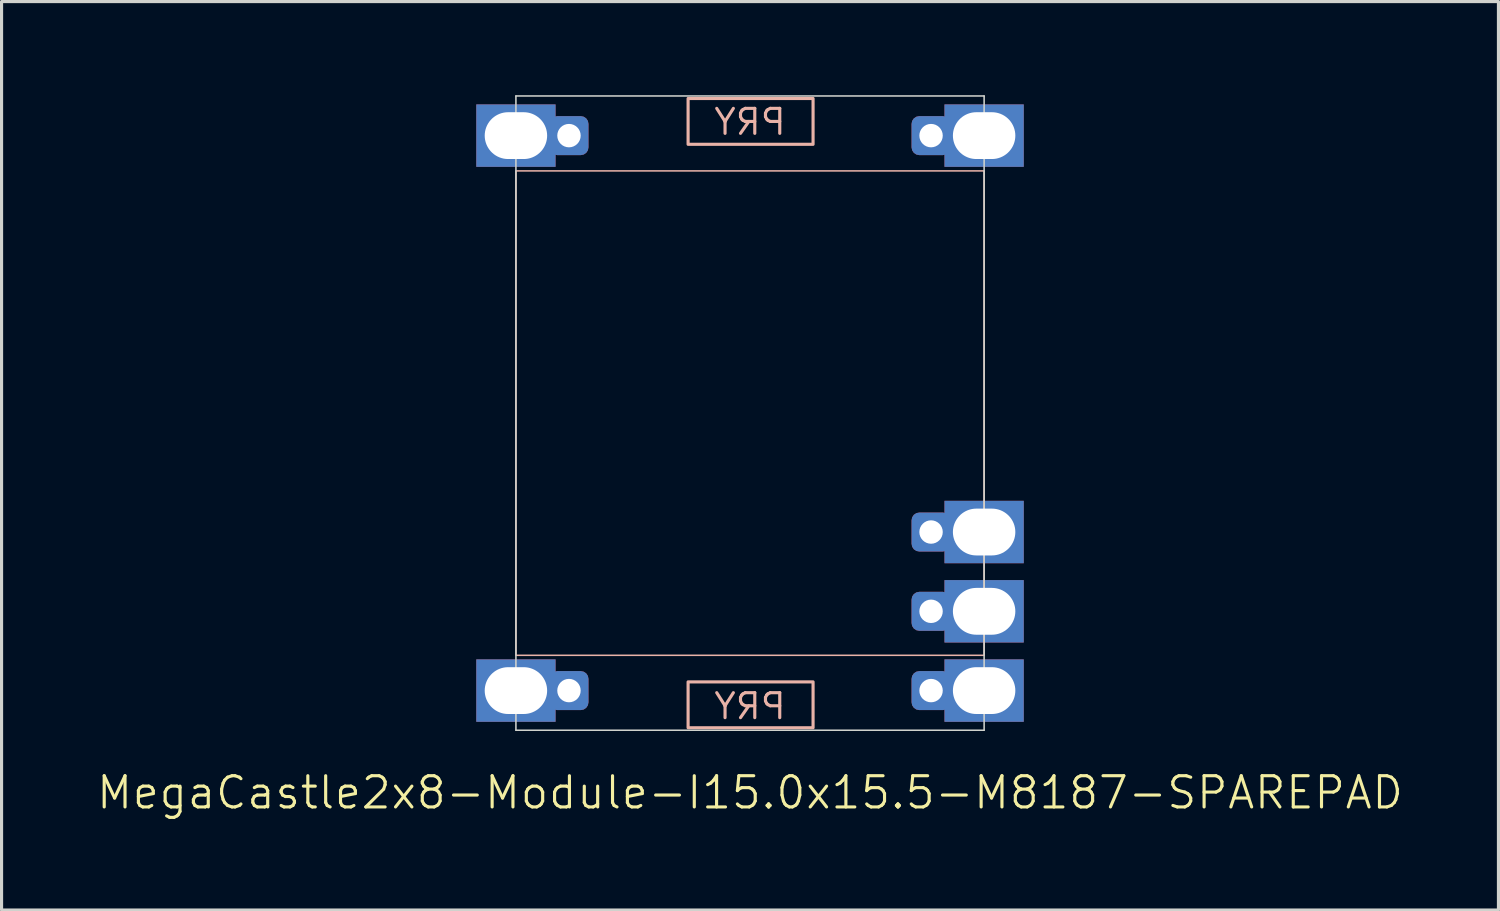
<source format=kicad_pcb>
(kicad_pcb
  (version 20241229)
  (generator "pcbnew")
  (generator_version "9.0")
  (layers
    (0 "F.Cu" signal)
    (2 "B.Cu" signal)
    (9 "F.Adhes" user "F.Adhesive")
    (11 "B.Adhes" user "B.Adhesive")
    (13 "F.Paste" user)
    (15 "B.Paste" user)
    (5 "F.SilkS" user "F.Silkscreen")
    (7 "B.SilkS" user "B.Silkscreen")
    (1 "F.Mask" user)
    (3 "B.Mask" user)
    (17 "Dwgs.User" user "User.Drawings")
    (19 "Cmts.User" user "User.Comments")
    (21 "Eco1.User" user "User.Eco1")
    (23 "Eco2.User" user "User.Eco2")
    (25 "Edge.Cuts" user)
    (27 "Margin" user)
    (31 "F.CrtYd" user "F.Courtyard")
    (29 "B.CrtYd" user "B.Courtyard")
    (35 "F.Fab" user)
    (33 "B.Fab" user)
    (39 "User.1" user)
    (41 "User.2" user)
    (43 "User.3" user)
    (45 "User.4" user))
  (footprint "MegaCastle2x8-Module-I15.0x15.5-M8187-SPAREPAD"
    (layer "F.Cu")
    (at 20.979 10.185)
    (property "Reference" "MegaCastle2x8-Module-I15.0x15.5-M8187-SPAREPAD" (at 0 12.16 0) (unlocked yes) (layer "F.SilkS") (effects (font (size 1 1) (thickness 0.1))))
    (attr smd)
    (fp_rect (start -7.5 7.76) (end 7.5 -7.76) (stroke (width 0.05) (type default)) (fill no) (layer "B.SilkS"))
    (fp_rect (start -1.984 -8.611) (end 2.02 -10.08) (stroke (width 0.1) (type default)) (fill no) (layer "B.SilkS"))
    (fp_rect (start -1.984 8.611) (end 2.02 10.08) (stroke (width 0.1) (type default)) (fill no) (layer "B.SilkS"))
    (fp_line (start -7.5 -10.16) (end -7.5 10.16) (stroke (width 0.05) (type default)) (layer "Edge.Cuts"))
    (fp_line (start -7.5 -10.16) (end 7.5 -10.16) (stroke (width 0.05) (type default)) (layer "Edge.Cuts"))
    (fp_line (start -7.5 10.16) (end 7.5 10.16) (stroke (width 0.05) (type default)) (layer "Edge.Cuts"))
    (fp_line (start 7.5 -10.16) (end 7.5 10.16) (stroke (width 0.05) (type default)) (layer "Edge.Cuts"))
    (fp_text user "PRY" (at 0 -8.86 0) (unlocked yes) (layer "B.SilkS") (effects (font (size 0.8 0.8) (thickness 0.1)) (justify bottom mirror)))
    (fp_text user "PRY" (at 0 9.86 0) (unlocked yes) (layer "B.SilkS") (effects (font (size 0.8 0.8) (thickness 0.1)) (justify bottom mirror)))
    (pad "1" thru_hole rect (at -7.5 -8.89) (size 2.54 2) (drill oval 2 1.5) (property pad_prop_castellated) (layers "*.Cu" "*.Mask"))
    (pad "1" thru_hole roundrect (at -5.8 -8.89 180) (size 1.25 1.25) (drill 0.75) (layers "*.Cu" "*.Mask") (roundrect_rratio 0.2))
    (pad "8" thru_hole rect (at -7.5 8.89) (size 2.54 2) (drill oval 2 1.5) (property pad_prop_castellated) (layers "*.Cu" "*.Mask"))
    (pad "8" thru_hole roundrect (at -5.8 8.89 180) (size 1.25 1.25) (drill 0.75) (layers "*.Cu" "*.Mask") (roundrect_rratio 0.2))
    (pad "9" thru_hole roundrect (at 5.8 -8.89 180) (size 1.25 1.25) (drill 0.75) (layers "*.Cu" "*.Mask") (roundrect_rratio 0.2))
    (pad "9" thru_hole rect (at 7.5 -8.89) (size 2.54 2) (drill oval 2 1.5) (property pad_prop_castellated) (layers "*.Cu" "*.Mask"))
    (pad "14" thru_hole roundrect (at 5.8 3.81 180) (size 1.25 1.25) (drill 0.75) (layers "*.Cu" "*.Mask") (roundrect_rratio 0.2))
    (pad "14" thru_hole rect (at 7.5 3.81) (size 2.54 2) (drill oval 2 1.5) (property pad_prop_castellated) (layers "*.Cu" "*.Mask"))
    (pad "15" thru_hole roundrect (at 5.8 6.35 180) (size 1.25 1.25) (drill 0.75) (layers "*.Cu" "*.Mask") (roundrect_rratio 0.2))
    (pad "15" thru_hole rect (at 7.5 6.35) (size 2.54 2) (drill oval 2 1.5) (property pad_prop_castellated) (layers "*.Cu" "*.Mask"))
    (pad "16" thru_hole roundrect (at 5.8 8.89 180) (size 1.25 1.25) (drill 0.75) (layers "*.Cu" "*.Mask") (roundrect_rratio 0.2))
    (pad "16" thru_hole rect (at 7.5 8.89) (size 2.54 2) (drill oval 2 1.5) (property pad_prop_castellated) (layers "*.Cu" "*.Mask"))
    (zone (net_name "") (layer "B.Cu") (hatch edge 0.5) (connect_pads) (min_thickness 0.25) (filled_areas_thickness no) (keepout (tracks allowed) (vias allowed) (pads allowed) (copperpour allowed) (footprints not_allowed)) (placement (enabled no)) (fill) (polygon (pts (xy 13.479 20.345) (xy 13.479 0.025))))
    (zone (net_name "") (layer "B.Cu") (hatch edge 0.5) (connect_pads) (min_thickness 0.25) (filled_areas_thickness no) (keepout (tracks allowed) (vias allowed) (pads allowed) (copperpour allowed) (footprints not_allowed)) (placement (enabled no)) (fill) (polygon (pts (xy 28.479 20.345) (xy 28.479 0.025))))
    (zone (net_name "") (layer "B.Cu") (hatch edge 0.5) (connect_pads) (min_thickness 0.25) (filled_areas_thickness no) (keepout (tracks allowed) (vias allowed) (pads allowed) (copperpour allowed) (footprints not_allowed)) (placement (enabled no)) (fill) (polygon (pts (xy 13.479 0.025) (xy 13.479 2.425) (xy 28.479 2.425) (xy 28.479 0.025))))
    (zone (net_name "") (layer "B.Cu") (hatch edge 0.5) (connect_pads) (min_thickness 0.25) (filled_areas_thickness no) (keepout (tracks allowed) (vias allowed) (pads allowed) (copperpour allowed) (footprints not_allowed)) (placement (enabled no)) (fill) (polygon (pts (xy 13.479 20.345) (xy 13.479 17.945) (xy 28.479 17.945) (xy 28.479 20.345))))
    (zone (net_name "") (layer "B.Cu") (name "Upper Pry Zone") (hatch edge 0.5) (connect_pads) (min_thickness 0.25) (filled_areas_thickness no) (keepout (tracks not_allowed) (vias not_allowed) (pads not_allowed) (copperpour allowed) (footprints not_allowed)) (placement (enabled no)) (fill) (polygon (pts (xy 18.994 1.574) (xy 18.994 0.105) (xy 22.998 0.105) (xy 22.998 1.574))))
    (zone (net_name "") (layer "B.Cu") (name "Upper Pry Zone") (hatch edge 0.5) (connect_pads) (min_thickness 0.25) (filled_areas_thickness no) (keepout (tracks not_allowed) (vias not_allowed) (pads not_allowed) (copperpour allowed) (footprints not_allowed)) (placement (enabled no)) (fill) (polygon (pts (xy 18.994 18.796) (xy 18.994 20.265) (xy 22.998 20.265) (xy 22.998 18.796)))))
  (gr_rect
    (start -3 -3)
    (end 44.957 26.105)
    (stroke (width 0.1) (type default))
    (fill no)
    (layer "Edge.Cuts")))
</source>
